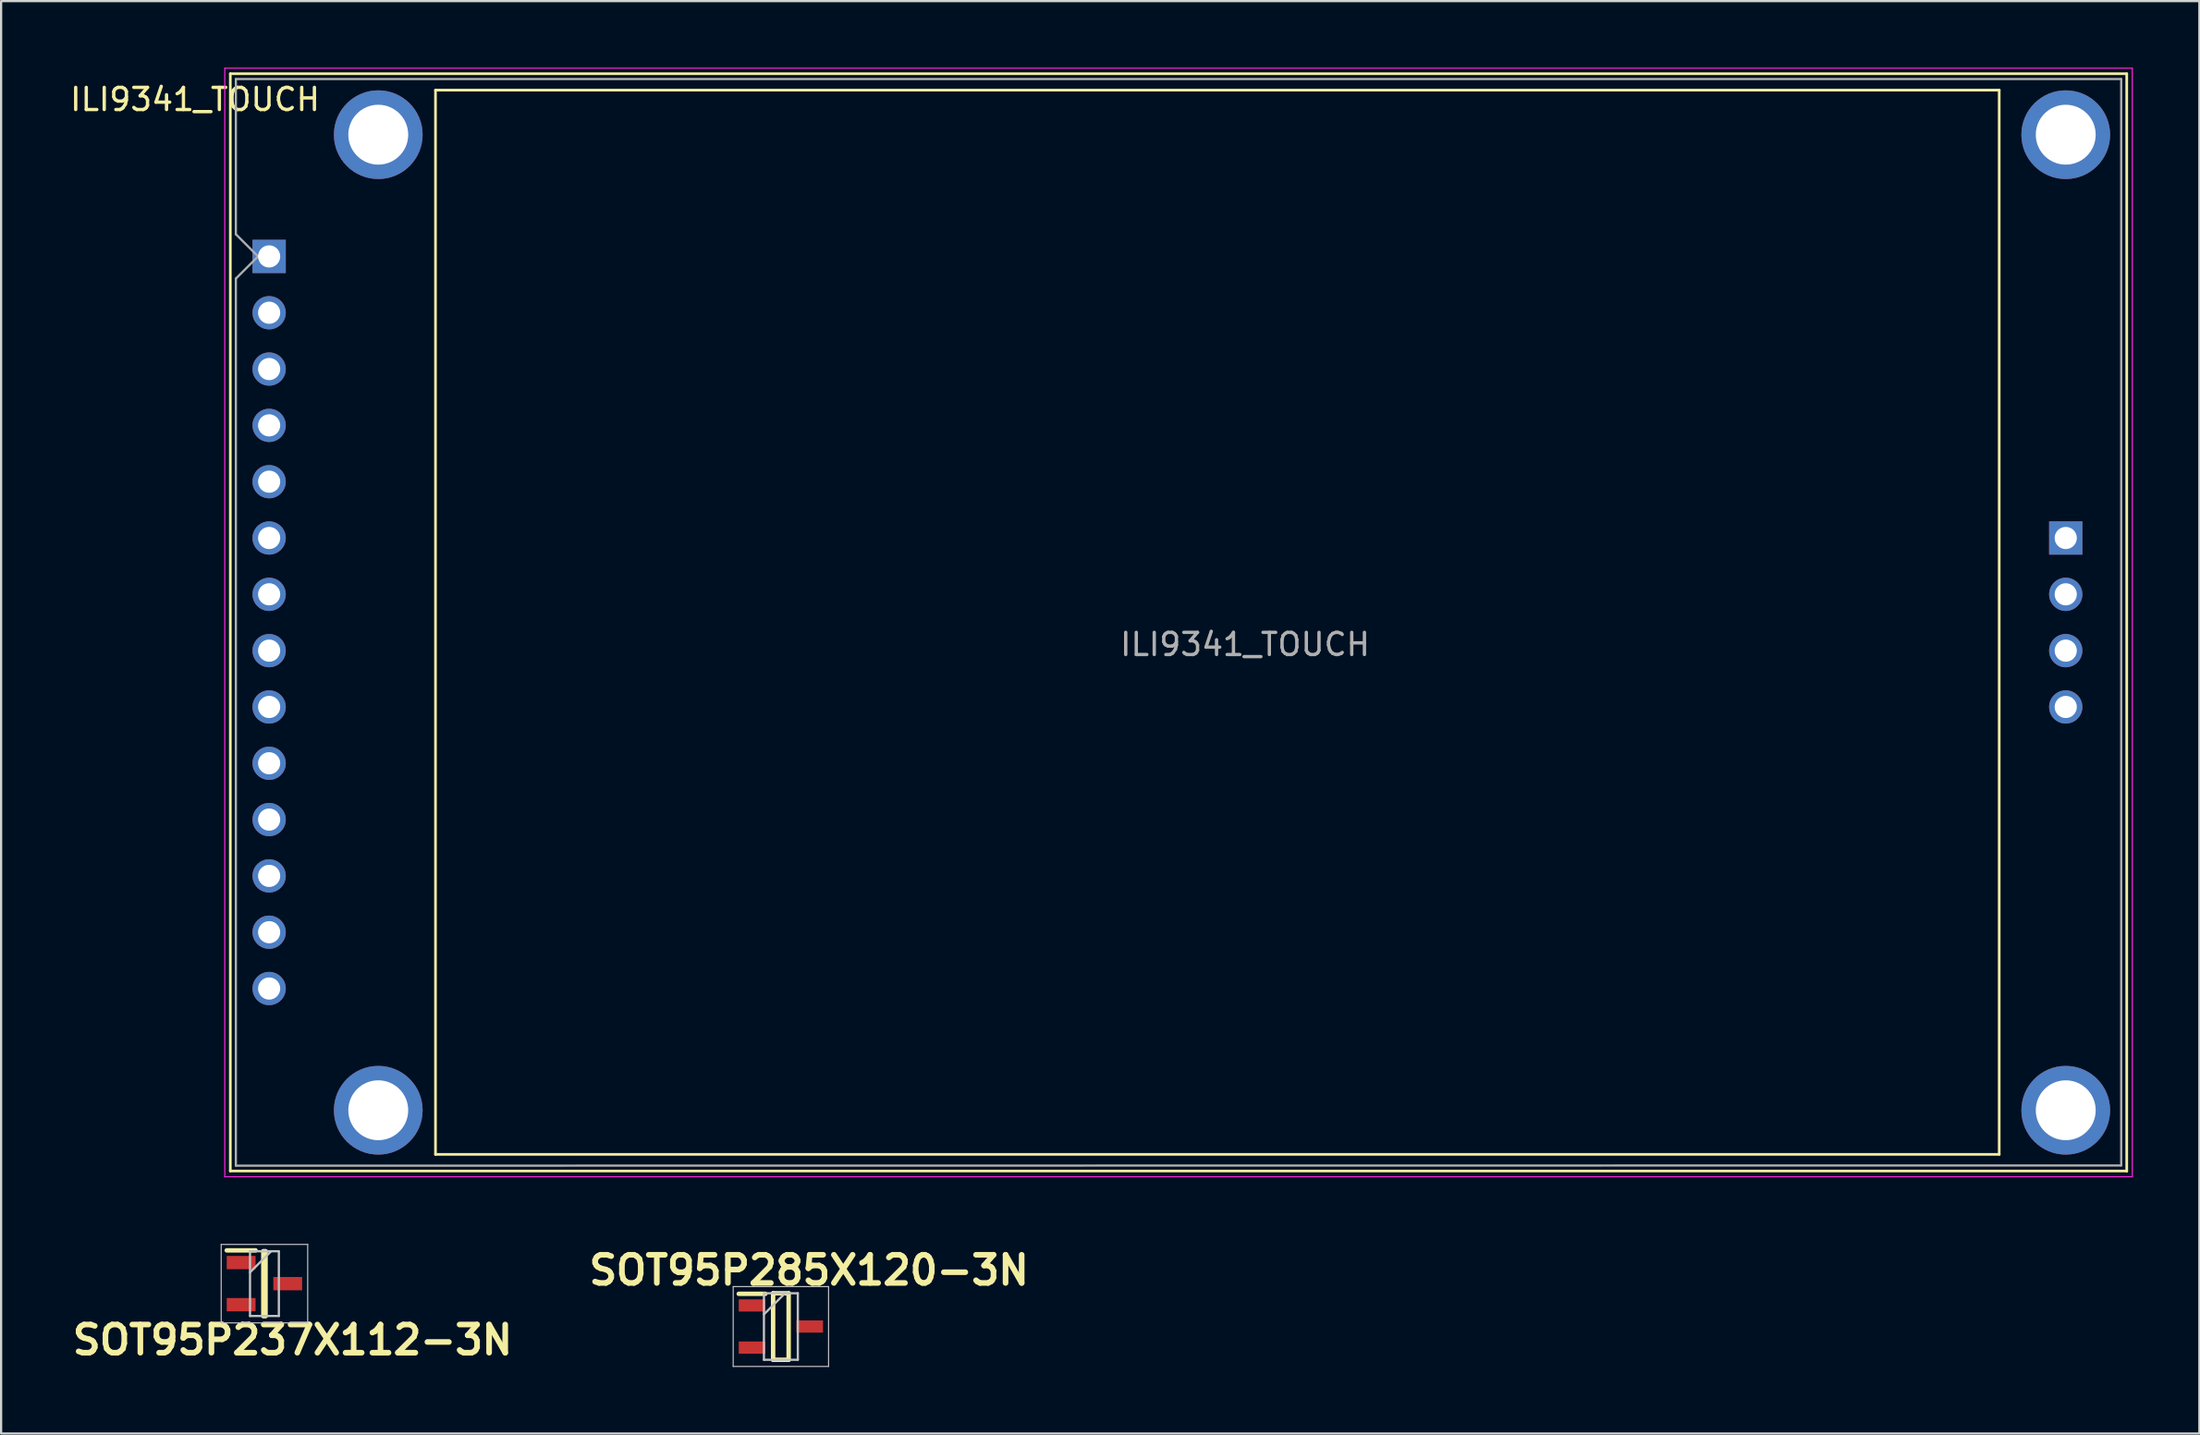
<source format=kicad_pcb>
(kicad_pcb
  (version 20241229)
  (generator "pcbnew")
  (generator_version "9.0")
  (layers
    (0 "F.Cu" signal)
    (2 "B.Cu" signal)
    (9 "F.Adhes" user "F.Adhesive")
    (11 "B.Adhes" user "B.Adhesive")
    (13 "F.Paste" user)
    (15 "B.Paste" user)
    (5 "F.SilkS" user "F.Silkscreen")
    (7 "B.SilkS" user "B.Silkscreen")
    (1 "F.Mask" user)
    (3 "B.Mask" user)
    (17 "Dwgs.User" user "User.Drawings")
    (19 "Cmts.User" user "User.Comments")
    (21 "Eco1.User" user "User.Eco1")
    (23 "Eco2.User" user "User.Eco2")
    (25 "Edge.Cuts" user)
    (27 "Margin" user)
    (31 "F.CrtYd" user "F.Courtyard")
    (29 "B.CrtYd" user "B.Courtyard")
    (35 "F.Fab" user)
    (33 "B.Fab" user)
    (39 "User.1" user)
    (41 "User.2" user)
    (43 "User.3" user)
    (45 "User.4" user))
  (footprint "ILI9341_TOUCH"
    (layer "F.Cu")
    (at 9.084 8.515)
    (property "Reference" "ILI9341_TOUCH" (at -3.34 -7.08 0) (layer "F.SilkS") (effects (font (size 1 1) (thickness 0.15))))
    (attr through_hole)
    (fp_line (start -1.75 -8.24) (end 83.75 -8.24) (stroke (width 0.12) (type solid)) (layer "F.SilkS"))
    (fp_line (start -1.75 41.25) (end -1.75 -8.24) (stroke (width 0.12) (type solid)) (layer "F.SilkS"))
    (fp_line (start 7.5 -7.5) (end 78 -7.5) (stroke (width 0.12) (type solid)) (layer "F.SilkS"))
    (fp_line (start 7.5 40.5) (end 7.5 -7.5) (stroke (width 0.12) (type solid)) (layer "F.SilkS"))
    (fp_line (start 78 -7.5) (end 78 40.5) (stroke (width 0.12) (type solid)) (layer "F.SilkS"))
    (fp_line (start 78 40.5) (end 7.5 40.5) (stroke (width 0.12) (type solid)) (layer "F.SilkS"))
    (fp_line (start 83.75 -8.24) (end 83.75 41.26) (stroke (width 0.12) (type solid)) (layer "F.SilkS"))
    (fp_line (start 83.75 41.25) (end -1.75 41.25) (stroke (width 0.12) (type solid)) (layer "F.SilkS"))
    (fp_line (start -2 -8.49) (end 84 -8.49) (stroke (width 0.05) (type solid)) (layer "F.CrtYd"))
    (fp_line (start -2 41.51) (end -2 -8.49) (stroke (width 0.05) (type solid)) (layer "F.CrtYd"))
    (fp_line (start 84 -8.49) (end 84 41.51) (stroke (width 0.05) (type solid)) (layer "F.CrtYd"))
    (fp_line (start 84 41.51) (end -2 41.51) (stroke (width 0.05) (type solid)) (layer "F.CrtYd"))
    (fp_line (start -1.5 -8) (end 83.5 -8) (stroke (width 0.1) (type solid)) (layer "F.Fab"))
    (fp_line (start -1.5 -1) (end -1.5 -8) (stroke (width 0.1) (type solid)) (layer "F.Fab"))
    (fp_line (start -1.5 1) (end -0.5 0) (stroke (width 0.1) (type solid)) (layer "F.Fab"))
    (fp_line (start -1.5 41.01) (end -1.5 1) (stroke (width 0.1) (type solid)) (layer "F.Fab"))
    (fp_line (start -0.5 0) (end -1.5 -1) (stroke (width 0.1) (type solid)) (layer "F.Fab"))
    (fp_line (start 83.5 -8) (end 83.5 41) (stroke (width 0.1) (type solid)) (layer "F.Fab"))
    (fp_line (start 83.5 41) (end -1.5 41.01) (stroke (width 0.1) (type solid)) (layer "F.Fab"))
    (fp_text user "${REFERENCE}" (at 44 17.5 0) (layer "F.Fab") (effects (font (size 1 1) (thickness 0.15))))
    (pad "" thru_hole circle (at 4.92 -5.49) (size 4 4) (drill 2.7) (layers "*.Cu" "*.Mask"))
    (pad "" thru_hole circle (at 4.92 38.51) (size 4 4) (drill 2.7) (layers "*.Cu" "*.Mask"))
    (pad "" thru_hole circle (at 81 -5.49) (size 4 4) (drill 2.7) (layers "*.Cu" "*.Mask"))
    (pad "" thru_hole circle (at 81 38.51) (size 4 4) (drill 2.7) (layers "*.Cu" "*.Mask"))
    (pad "1" thru_hole rect (at 0 0) (size 1.5 1.5) (drill 1) (layers "*.Cu" "*.Mask"))
    (pad "2" thru_hole circle (at 0 2.54) (size 1.5 1.5) (drill 1) (layers "*.Cu" "*.Mask"))
    (pad "3" thru_hole circle (at 0 5.08) (size 1.5 1.5) (drill 1) (layers "*.Cu" "*.Mask"))
    (pad "4" thru_hole circle (at 0 7.62) (size 1.5 1.5) (drill 1) (layers "*.Cu" "*.Mask"))
    (pad "5" thru_hole circle (at 0 10.16) (size 1.5 1.5) (drill 1) (layers "*.Cu" "*.Mask"))
    (pad "6" thru_hole circle (at 0 12.7) (size 1.5 1.5) (drill 1) (layers "*.Cu" "*.Mask"))
    (pad "7" thru_hole circle (at 0 15.24) (size 1.5 1.5) (drill 1) (layers "*.Cu" "*.Mask"))
    (pad "8" thru_hole circle (at 0 17.78) (size 1.5 1.5) (drill 1) (layers "*.Cu" "*.Mask"))
    (pad "9" thru_hole circle (at 0 20.32) (size 1.5 1.5) (drill 1) (layers "*.Cu" "*.Mask"))
    (pad "10" thru_hole circle (at 0 22.86) (size 1.5 1.5) (drill 1) (layers "*.Cu" "*.Mask"))
    (pad "11" thru_hole circle (at 0 25.4) (size 1.5 1.5) (drill 1) (layers "*.Cu" "*.Mask"))
    (pad "12" thru_hole circle (at 0 27.94) (size 1.5 1.5) (drill 1) (layers "*.Cu" "*.Mask"))
    (pad "13" thru_hole circle (at 0 30.48) (size 1.5 1.5) (drill 1) (layers "*.Cu" "*.Mask"))
    (pad "14" thru_hole circle (at 0 33.02) (size 1.5 1.5) (drill 1) (layers "*.Cu" "*.Mask"))
    (pad "15" thru_hole rect (at 81 12.7) (size 1.5 1.5) (drill 1) (layers "*.Cu" "*.Mask"))
    (pad "16" thru_hole circle (at 81 15.24) (size 1.5 1.5) (drill 1) (layers "*.Cu" "*.Mask"))
    (pad "17" thru_hole circle (at 81 17.78) (size 1.5 1.5) (drill 1) (layers "*.Cu" "*.Mask"))
    (pad "18" thru_hole circle (at 81 20.32) (size 1.5 1.5) (drill 1) (layers "*.Cu" "*.Mask")))
  (footprint "SOT95P237X112-3N"
    (layer "F.Cu")
    (at 8.872 54.845)
    (property "Reference" "SOT95P237X112-3N" (at 1.27 2.54 0) (layer "F.SilkS") (effects (font (size 1.27 1.27) (thickness 0.254))))
    (attr smd)
    (fp_line (start -1.7 -1.5) (end -0.4 -1.5) (stroke (width 0.2) (type solid)) (layer "F.SilkS"))
    (fp_line (start -0.05 -1.46) (end 0.05 -1.46) (stroke (width 0.2) (type solid)) (layer "F.SilkS"))
    (fp_line (start -0.05 1.46) (end -0.05 -1.46) (stroke (width 0.2) (type solid)) (layer "F.SilkS"))
    (fp_line (start 0.05 -1.46) (end 0.05 1.46) (stroke (width 0.2) (type solid)) (layer "F.SilkS"))
    (fp_line (start 0.05 1.46) (end -0.05 1.46) (stroke (width 0.2) (type solid)) (layer "F.SilkS"))
    (fp_line (start -1.95 -1.77) (end 1.95 -1.77) (stroke (width 0.05) (type solid)) (layer "Dwgs.User"))
    (fp_line (start -1.95 1.77) (end -1.95 -1.77) (stroke (width 0.05) (type solid)) (layer "Dwgs.User"))
    (fp_line (start -0.65 -1.46) (end 0.65 -1.46) (stroke (width 0.1) (type solid)) (layer "Dwgs.User"))
    (fp_line (start -0.65 -0.51) (end 0.3 -1.46) (stroke (width 0.1) (type solid)) (layer "Dwgs.User"))
    (fp_line (start -0.65 1.46) (end -0.65 -1.46) (stroke (width 0.1) (type solid)) (layer "Dwgs.User"))
    (fp_line (start 0.65 -1.46) (end 0.65 1.46) (stroke (width 0.1) (type solid)) (layer "Dwgs.User"))
    (fp_line (start 0.65 1.46) (end -0.65 1.46) (stroke (width 0.1) (type solid)) (layer "Dwgs.User"))
    (fp_line (start 1.95 -1.77) (end 1.95 1.77) (stroke (width 0.05) (type solid)) (layer "Dwgs.User"))
    (fp_line (start 1.95 1.77) (end -1.95 1.77) (stroke (width 0.05) (type solid)) (layer "Dwgs.User"))
    (pad "1" smd rect (at -1.05 -0.95 90) (size 0.6 1.3) (layers "F.Cu" "F.Mask" "F.Paste"))
    (pad "2" smd rect (at -1.05 0.95 90) (size 0.6 1.3) (layers "F.Cu" "F.Mask" "F.Paste"))
    (pad "3" smd rect (at 1.05 0 90) (size 0.6 1.3) (layers "F.Cu" "F.Mask" "F.Paste")))
  (footprint "SOT95P285X120-3N"
    (layer "F.Cu")
    (at 32.156 56.779)
    (property "Reference" "SOT95P285X120-3N" (at 1.27 -2.54 0) (layer "F.SilkS") (effects (font (size 1.27 1.27) (thickness 0.254))))
    (attr smd)
    (fp_line (start -1.9 -1.475) (end -0.7 -1.475) (stroke (width 0.2) (type solid)) (layer "F.SilkS"))
    (fp_line (start -0.35 -1.5) (end 0.35 -1.5) (stroke (width 0.2) (type solid)) (layer "F.SilkS"))
    (fp_line (start -0.35 1.5) (end -0.35 -1.5) (stroke (width 0.2) (type solid)) (layer "F.SilkS"))
    (fp_line (start 0.35 -1.5) (end 0.35 1.5) (stroke (width 0.2) (type solid)) (layer "F.SilkS"))
    (fp_line (start 0.35 1.5) (end -0.35 1.5) (stroke (width 0.2) (type solid)) (layer "F.SilkS"))
    (fp_line (start -2.15 -1.8) (end 2.15 -1.8) (stroke (width 0.05) (type solid)) (layer "Dwgs.User"))
    (fp_line (start -2.15 1.8) (end -2.15 -1.8) (stroke (width 0.05) (type solid)) (layer "Dwgs.User"))
    (fp_line (start -0.764 -1.5) (end 0.764 -1.5) (stroke (width 0.1) (type solid)) (layer "Dwgs.User"))
    (fp_line (start -0.764 -0.55) (end 0.186 -1.5) (stroke (width 0.1) (type solid)) (layer "Dwgs.User"))
    (fp_line (start -0.764 1.5) (end -0.764 -1.5) (stroke (width 0.1) (type solid)) (layer "Dwgs.User"))
    (fp_line (start 0.764 -1.5) (end 0.764 1.5) (stroke (width 0.1) (type solid)) (layer "Dwgs.User"))
    (fp_line (start 0.764 1.5) (end -0.764 1.5) (stroke (width 0.1) (type solid)) (layer "Dwgs.User"))
    (fp_line (start 2.15 -1.8) (end 2.15 1.8) (stroke (width 0.05) (type solid)) (layer "Dwgs.User"))
    (fp_line (start 2.15 1.8) (end -2.15 1.8) (stroke (width 0.05) (type solid)) (layer "Dwgs.User"))
    (pad "1" smd rect (at -1.3 -0.95 90) (size 0.55 1.2) (layers "F.Cu" "F.Mask" "F.Paste"))
    (pad "2" smd rect (at -1.3 0.95 90) (size 0.55 1.2) (layers "F.Cu" "F.Mask" "F.Paste"))
    (pad "3" smd rect (at 1.3 0 90) (size 0.55 1.2) (layers "F.Cu" "F.Mask" "F.Paste")))
  (gr_rect
    (start -3 -3)
    (end 96.109 61.604)
    (stroke (width 0.1) (type default))
    (fill no)
    (layer "Edge.Cuts")))
</source>
